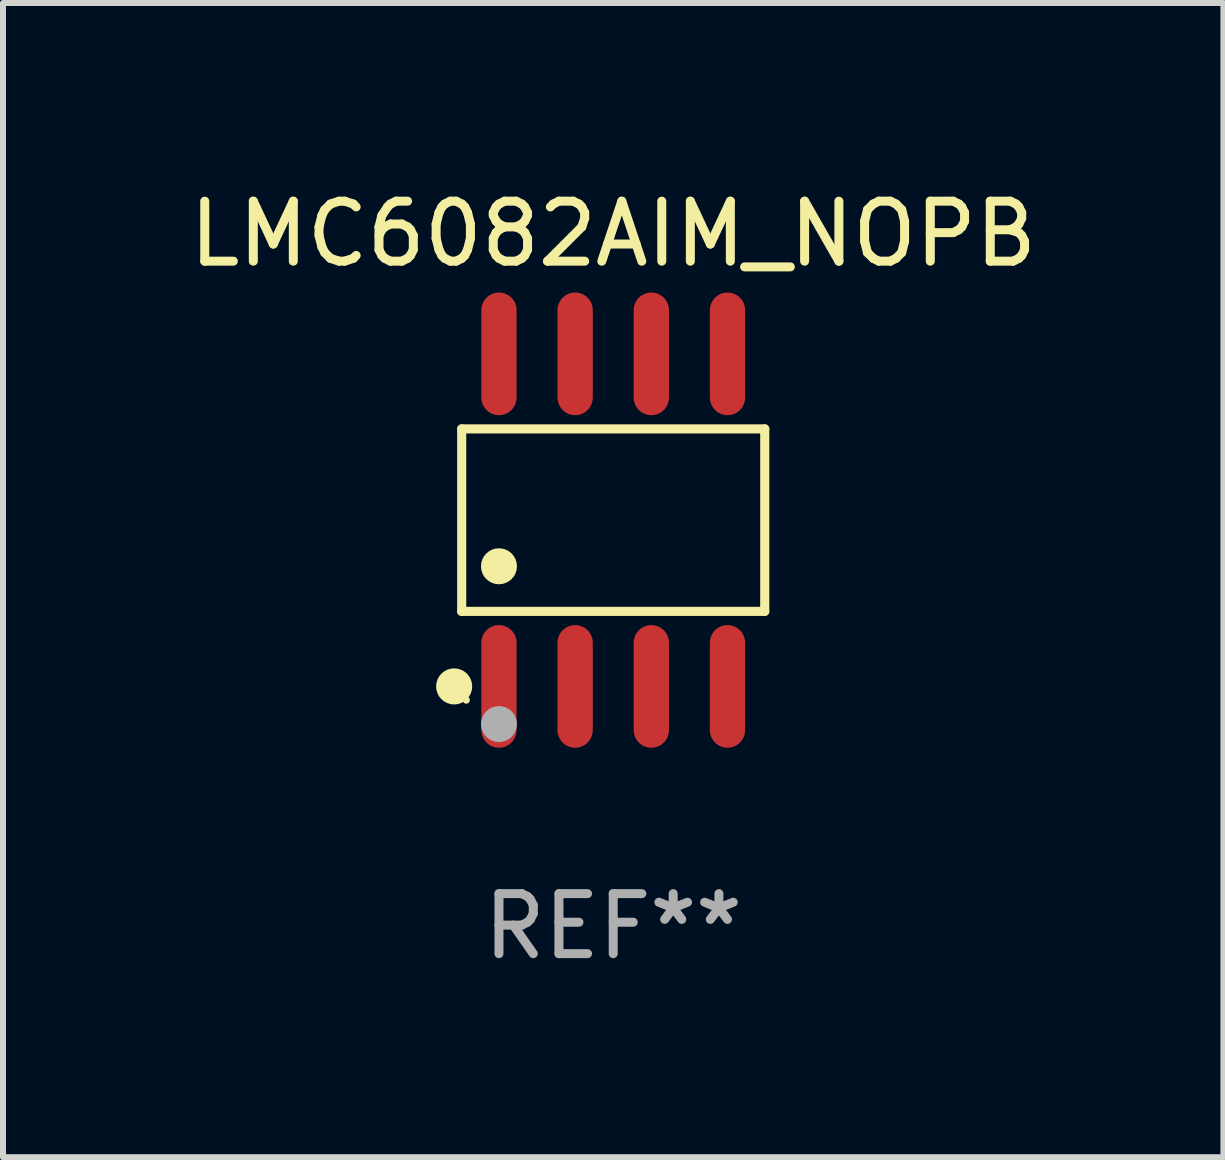
<source format=kicad_pcb>
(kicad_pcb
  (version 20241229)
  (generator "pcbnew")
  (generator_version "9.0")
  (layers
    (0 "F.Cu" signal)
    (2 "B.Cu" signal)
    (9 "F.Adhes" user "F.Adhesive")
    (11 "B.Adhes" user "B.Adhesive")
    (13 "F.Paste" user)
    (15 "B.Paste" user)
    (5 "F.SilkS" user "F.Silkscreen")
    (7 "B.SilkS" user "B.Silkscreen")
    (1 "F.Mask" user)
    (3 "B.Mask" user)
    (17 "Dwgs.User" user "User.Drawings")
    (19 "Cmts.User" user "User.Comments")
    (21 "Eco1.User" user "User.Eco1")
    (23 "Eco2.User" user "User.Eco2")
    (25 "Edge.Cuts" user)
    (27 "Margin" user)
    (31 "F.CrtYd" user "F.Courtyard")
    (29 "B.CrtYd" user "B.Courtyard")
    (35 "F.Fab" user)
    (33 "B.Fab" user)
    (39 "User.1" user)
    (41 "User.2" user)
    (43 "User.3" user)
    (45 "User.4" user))
  (footprint "LMC6082AIM_NOPB"
    (layer "F.Cu")
    (at 7.173 5.621)
    (property "Reference" "LMC6082AIM_NOPB" (at 0 -4.772 0) (layer "F.SilkS") (effects (font (size 1 1) (thickness 0.15))))
    (attr through_hole)
    (fp_line (start -2.526 -1.521) (end 2.526 -1.521) (stroke (width 0.152) (type solid)) (layer "F.SilkS"))
    (fp_line (start -2.526 1.521) (end -2.526 -1.521) (stroke (width 0.152) (type solid)) (layer "F.SilkS"))
    (fp_line (start 2.526 -1.521) (end 2.526 1.521) (stroke (width 0.152) (type solid)) (layer "F.SilkS"))
    (fp_line (start 2.526 1.521) (end -2.526 1.521) (stroke (width 0.152) (type solid)) (layer "F.SilkS"))
    (fp_circle (center -2.652 2.772) (end -2.501 2.772) (stroke (width 0.3) (type solid)) (fill no) (layer "F.SilkS"))
    (fp_circle (center -2.45 3) (end -2.42 3) (stroke (width 0.06) (type solid)) (fill no) (layer "F.SilkS"))
    (fp_circle (center -1.905 0.769) (end -1.755 0.769) (stroke (width 0.3) (type solid)) (fill no) (layer "F.SilkS"))
    (fp_circle (center -1.905 3.4) (end -1.755 3.4) (stroke (width 0.3) (type solid)) (fill no) (layer "F.Fab"))
    (fp_text user "REF**" (at 0 6.772 0) (layer "F.Fab") (effects (font (size 1 1) (thickness 0.15))))
    (pad "1" smd oval (at -1.905 2.772) (size 0.588 2.045) (layers "F.Cu" "F.Mask" "F.Paste"))
    (pad "2" smd oval (at -0.635 2.772) (size 0.588 2.045) (layers "F.Cu" "F.Mask" "F.Paste"))
    (pad "3" smd oval (at 0.635 2.772) (size 0.588 2.045) (layers "F.Cu" "F.Mask" "F.Paste"))
    (pad "4" smd oval (at 1.905 2.772) (size 0.588 2.045) (layers "F.Cu" "F.Mask" "F.Paste"))
    (pad "5" smd oval (at 1.905 -2.772) (size 0.588 2.045) (layers "F.Cu" "F.Mask" "F.Paste"))
    (pad "6" smd oval (at 0.635 -2.772) (size 0.588 2.045) (layers "F.Cu" "F.Mask" "F.Paste"))
    (pad "7" smd oval (at -0.635 -2.772) (size 0.588 2.045) (layers "F.Cu" "F.Mask" "F.Paste"))
    (pad "8" smd oval (at -1.905 -2.772) (size 0.588 2.045) (layers "F.Cu" "F.Mask" "F.Paste")))
  (gr_rect
    (start -3 -3)
    (end 17.345 16.241)
    (stroke (width 0.1) (type default))
    (fill no)
    (layer "Edge.Cuts")))
</source>
